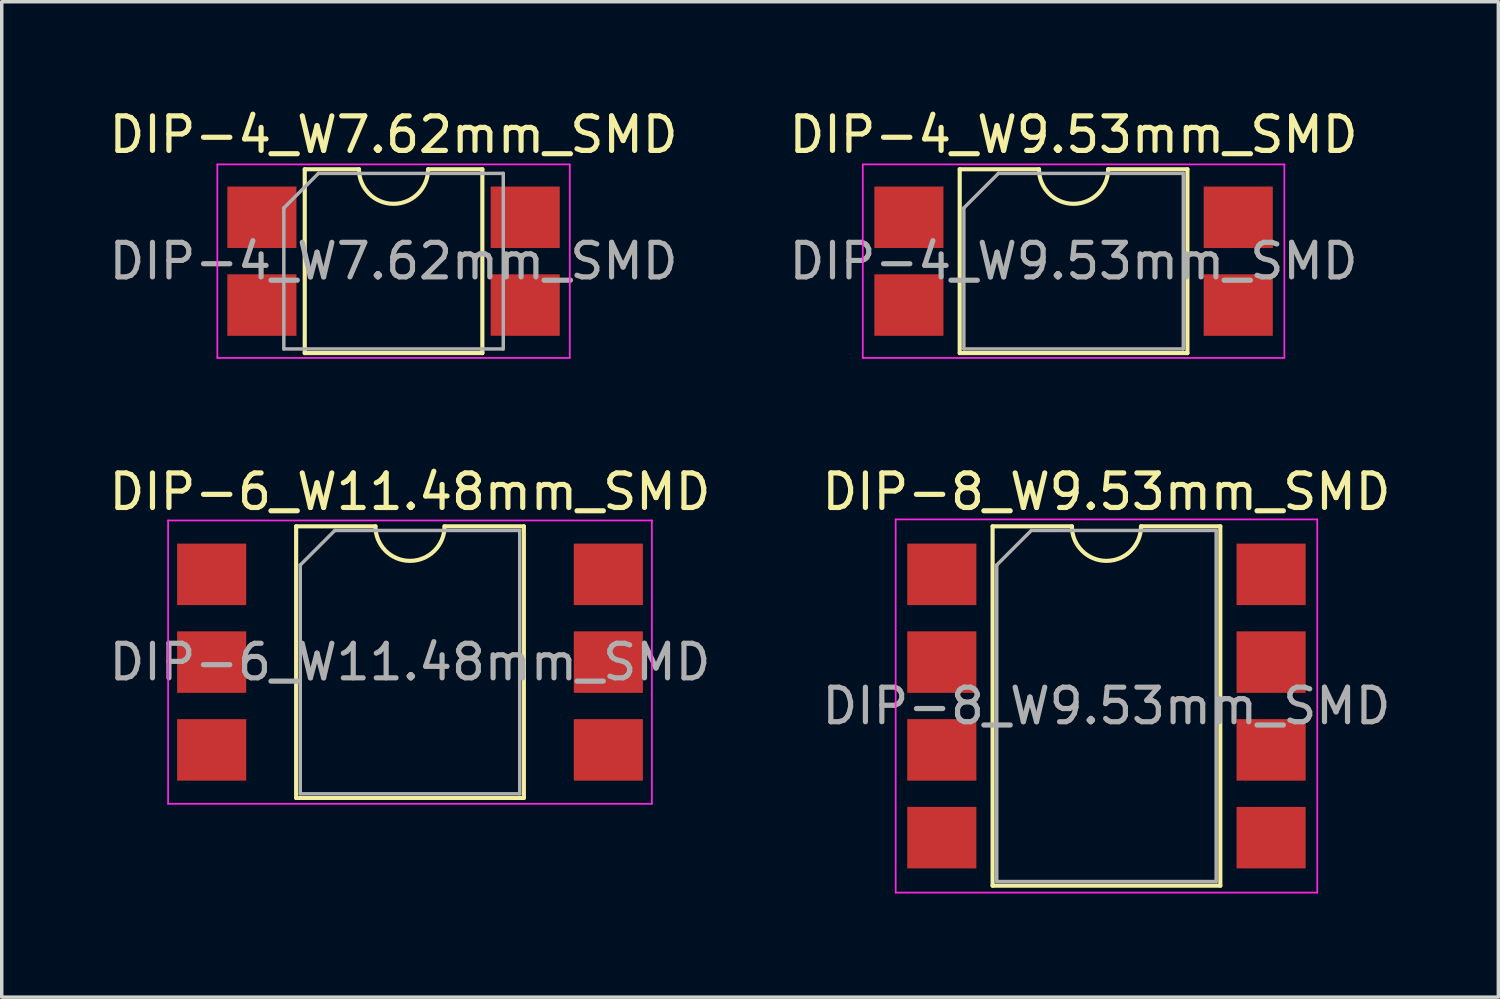
<source format=kicad_pcb>
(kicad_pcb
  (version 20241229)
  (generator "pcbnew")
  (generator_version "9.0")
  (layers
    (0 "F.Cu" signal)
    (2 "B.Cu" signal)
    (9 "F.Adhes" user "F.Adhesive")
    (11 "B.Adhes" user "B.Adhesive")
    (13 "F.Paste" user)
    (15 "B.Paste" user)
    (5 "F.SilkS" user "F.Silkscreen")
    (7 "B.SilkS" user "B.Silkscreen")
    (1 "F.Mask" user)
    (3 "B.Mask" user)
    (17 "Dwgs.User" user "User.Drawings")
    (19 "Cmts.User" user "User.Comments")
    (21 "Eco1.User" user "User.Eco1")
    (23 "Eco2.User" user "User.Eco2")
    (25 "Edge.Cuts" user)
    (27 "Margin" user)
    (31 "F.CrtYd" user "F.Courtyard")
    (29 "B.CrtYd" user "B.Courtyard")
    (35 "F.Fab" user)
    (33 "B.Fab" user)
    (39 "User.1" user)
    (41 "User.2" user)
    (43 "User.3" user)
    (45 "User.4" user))
  (footprint "DIP-8_W9.53mm_SMD"
    (layer "F.Cu")
    (at 28.97 17.381)
    (property "Reference" "DIP-8_W9.53mm_SMD" (at 0 -6.2 0) (layer "F.SilkS") (effects (font (size 1 1) (thickness 0.15))))
    (attr smd)
    (fp_line (start -3.295 -5.2) (end -3.295 5.2) (stroke (width 0.12) (type solid)) (layer "F.SilkS"))
    (fp_line (start -3.295 5.2) (end 3.295 5.2) (stroke (width 0.12) (type solid)) (layer "F.SilkS"))
    (fp_line (start -1 -5.2) (end -3.295 -5.2) (stroke (width 0.12) (type solid)) (layer "F.SilkS"))
    (fp_line (start 3.295 -5.2) (end 1 -5.2) (stroke (width 0.12) (type solid)) (layer "F.SilkS"))
    (fp_line (start 3.295 5.2) (end 3.295 -5.2) (stroke (width 0.12) (type solid)) (layer "F.SilkS"))
    (fp_arc (start 1 -5.2) (mid 0 -4.2) (end -1 -5.2) (stroke (width 0.12) (type solid)) (layer "F.SilkS"))
    (fp_line (start -6.1 -5.4) (end -6.1 5.4) (stroke (width 0.05) (type solid)) (layer "F.CrtYd"))
    (fp_line (start -6.1 5.4) (end 6.1 5.4) (stroke (width 0.05) (type solid)) (layer "F.CrtYd"))
    (fp_line (start 6.1 -5.4) (end -6.1 -5.4) (stroke (width 0.05) (type solid)) (layer "F.CrtYd"))
    (fp_line (start 6.1 5.4) (end 6.1 -5.4) (stroke (width 0.05) (type solid)) (layer "F.CrtYd"))
    (fp_line (start -3.175 -4.08) (end -2.175 -5.08) (stroke (width 0.1) (type solid)) (layer "F.Fab"))
    (fp_line (start -3.175 5.08) (end -3.175 -4.08) (stroke (width 0.1) (type solid)) (layer "F.Fab"))
    (fp_line (start -2.175 -5.08) (end 3.175 -5.08) (stroke (width 0.1) (type solid)) (layer "F.Fab"))
    (fp_line (start 3.175 -5.08) (end 3.175 5.08) (stroke (width 0.1) (type solid)) (layer "F.Fab"))
    (fp_line (start 3.175 5.08) (end -3.175 5.08) (stroke (width 0.1) (type solid)) (layer "F.Fab"))
    (fp_text user "${REFERENCE}" (at 0 0 0) (layer "F.Fab") (effects (font (size 1 1) (thickness 0.15))))
    (pad "1" smd rect (at -4.765 -3.81) (size 2 1.78) (layers "F.Cu" "F.Mask" "F.Paste"))
    (pad "2" smd rect (at -4.765 -1.27) (size 2 1.78) (layers "F.Cu" "F.Mask" "F.Paste"))
    (pad "3" smd rect (at -4.765 1.27) (size 2 1.78) (layers "F.Cu" "F.Mask" "F.Paste"))
    (pad "4" smd rect (at -4.765 3.81) (size 2 1.78) (layers "F.Cu" "F.Mask" "F.Paste"))
    (pad "5" smd rect (at 4.765 3.81) (size 2 1.78) (layers "F.Cu" "F.Mask" "F.Paste"))
    (pad "6" smd rect (at 4.765 1.27) (size 2 1.78) (layers "F.Cu" "F.Mask" "F.Paste"))
    (pad "7" smd rect (at 4.765 -1.27) (size 2 1.78) (layers "F.Cu" "F.Mask" "F.Paste"))
    (pad "8" smd rect (at 4.765 -3.81) (size 2 1.78) (layers "F.Cu" "F.Mask" "F.Paste")))
  (footprint "DIP-4_W7.62mm_SMD"
    (layer "F.Cu")
    (at 8.339 4.508)
    (property "Reference" "DIP-4_W7.62mm_SMD" (at 0 -3.66 0) (layer "F.SilkS") (effects (font (size 1 1) (thickness 0.15))))
    (attr smd)
    (fp_line (start -2.57 -2.66) (end -2.57 2.66) (stroke (width 0.12) (type solid)) (layer "F.SilkS"))
    (fp_line (start -2.57 2.66) (end 2.57 2.66) (stroke (width 0.12) (type solid)) (layer "F.SilkS"))
    (fp_line (start -1 -2.66) (end -2.57 -2.66) (stroke (width 0.12) (type solid)) (layer "F.SilkS"))
    (fp_line (start 2.57 -2.66) (end 1 -2.66) (stroke (width 0.12) (type solid)) (layer "F.SilkS"))
    (fp_line (start 2.57 2.66) (end 2.57 -2.66) (stroke (width 0.12) (type solid)) (layer "F.SilkS"))
    (fp_arc (start 1 -2.66) (mid 0 -1.66) (end -1 -2.66) (stroke (width 0.12) (type solid)) (layer "F.SilkS"))
    (fp_line (start -5.1 -2.8) (end -5.1 2.8) (stroke (width 0.05) (type solid)) (layer "F.CrtYd"))
    (fp_line (start -5.1 2.8) (end 5.1 2.8) (stroke (width 0.05) (type solid)) (layer "F.CrtYd"))
    (fp_line (start 5.1 -2.8) (end -5.1 -2.8) (stroke (width 0.05) (type solid)) (layer "F.CrtYd"))
    (fp_line (start 5.1 2.8) (end 5.1 -2.8) (stroke (width 0.05) (type solid)) (layer "F.CrtYd"))
    (fp_line (start -3.175 -1.54) (end -2.175 -2.54) (stroke (width 0.1) (type solid)) (layer "F.Fab"))
    (fp_line (start -3.175 2.54) (end -3.175 -1.54) (stroke (width 0.1) (type solid)) (layer "F.Fab"))
    (fp_line (start -2.175 -2.54) (end 3.175 -2.54) (stroke (width 0.1) (type solid)) (layer "F.Fab"))
    (fp_line (start 3.175 -2.54) (end 3.175 2.54) (stroke (width 0.1) (type solid)) (layer "F.Fab"))
    (fp_line (start 3.175 2.54) (end -3.175 2.54) (stroke (width 0.1) (type solid)) (layer "F.Fab"))
    (fp_text user "${REFERENCE}" (at 0 0 0) (layer "F.Fab") (effects (font (size 1 1) (thickness 0.15))))
    (pad "1" smd rect (at -3.81 -1.27) (size 2 1.78) (layers "F.Cu" "F.Mask" "F.Paste"))
    (pad "2" smd rect (at -3.81 1.27) (size 2 1.78) (layers "F.Cu" "F.Mask" "F.Paste"))
    (pad "3" smd rect (at 3.81 1.27) (size 2 1.78) (layers "F.Cu" "F.Mask" "F.Paste"))
    (pad "4" smd rect (at 3.81 -1.27) (size 2 1.78) (layers "F.Cu" "F.Mask" "F.Paste")))
  (footprint "DIP-4_W9.53mm_SMD"
    (layer "F.Cu")
    (at 28.018 4.508)
    (property "Reference" "DIP-4_W9.53mm_SMD" (at 0 -3.66 0) (layer "F.SilkS") (effects (font (size 1 1) (thickness 0.15))))
    (attr smd)
    (fp_line (start -3.295 -2.66) (end -3.295 2.66) (stroke (width 0.12) (type solid)) (layer "F.SilkS"))
    (fp_line (start -3.295 2.66) (end 3.295 2.66) (stroke (width 0.12) (type solid)) (layer "F.SilkS"))
    (fp_line (start -1 -2.66) (end -3.295 -2.66) (stroke (width 0.12) (type solid)) (layer "F.SilkS"))
    (fp_line (start 3.295 -2.66) (end 1 -2.66) (stroke (width 0.12) (type solid)) (layer "F.SilkS"))
    (fp_line (start 3.295 2.66) (end 3.295 -2.66) (stroke (width 0.12) (type solid)) (layer "F.SilkS"))
    (fp_arc (start 1 -2.66) (mid 0 -1.66) (end -1 -2.66) (stroke (width 0.12) (type solid)) (layer "F.SilkS"))
    (fp_line (start -6.1 -2.8) (end -6.1 2.8) (stroke (width 0.05) (type solid)) (layer "F.CrtYd"))
    (fp_line (start -6.1 2.8) (end 6.1 2.8) (stroke (width 0.05) (type solid)) (layer "F.CrtYd"))
    (fp_line (start 6.1 -2.8) (end -6.1 -2.8) (stroke (width 0.05) (type solid)) (layer "F.CrtYd"))
    (fp_line (start 6.1 2.8) (end 6.1 -2.8) (stroke (width 0.05) (type solid)) (layer "F.CrtYd"))
    (fp_line (start -3.175 -1.54) (end -2.175 -2.54) (stroke (width 0.1) (type solid)) (layer "F.Fab"))
    (fp_line (start -3.175 2.54) (end -3.175 -1.54) (stroke (width 0.1) (type solid)) (layer "F.Fab"))
    (fp_line (start -2.175 -2.54) (end 3.175 -2.54) (stroke (width 0.1) (type solid)) (layer "F.Fab"))
    (fp_line (start 3.175 -2.54) (end 3.175 2.54) (stroke (width 0.1) (type solid)) (layer "F.Fab"))
    (fp_line (start 3.175 2.54) (end -3.175 2.54) (stroke (width 0.1) (type solid)) (layer "F.Fab"))
    (fp_text user "${REFERENCE}" (at 0 0 0) (layer "F.Fab") (effects (font (size 1 1) (thickness 0.15))))
    (pad "1" smd rect (at -4.765 -1.27) (size 2 1.78) (layers "F.Cu" "F.Mask" "F.Paste"))
    (pad "2" smd rect (at -4.765 1.27) (size 2 1.78) (layers "F.Cu" "F.Mask" "F.Paste"))
    (pad "3" smd rect (at 4.765 1.27) (size 2 1.78) (layers "F.Cu" "F.Mask" "F.Paste"))
    (pad "4" smd rect (at 4.765 -1.27) (size 2 1.78) (layers "F.Cu" "F.Mask" "F.Paste")))
  (footprint "DIP-6_W11.48mm_SMD"
    (layer "F.Cu")
    (at 8.815 16.111)
    (property "Reference" "DIP-6_W11.48mm_SMD" (at 0 -4.93 0) (layer "F.SilkS") (effects (font (size 1 1) (thickness 0.15))))
    (attr smd)
    (fp_line (start -3.295 -3.93) (end -3.295 3.93) (stroke (width 0.12) (type solid)) (layer "F.SilkS"))
    (fp_line (start -3.295 3.93) (end 3.295 3.93) (stroke (width 0.12) (type solid)) (layer "F.SilkS"))
    (fp_line (start -1 -3.93) (end -3.295 -3.93) (stroke (width 0.12) (type solid)) (layer "F.SilkS"))
    (fp_line (start 3.295 -3.93) (end 1 -3.93) (stroke (width 0.12) (type solid)) (layer "F.SilkS"))
    (fp_line (start 3.295 3.93) (end 3.295 -3.93) (stroke (width 0.12) (type solid)) (layer "F.SilkS"))
    (fp_arc (start 1 -3.93) (mid 0 -2.93) (end -1 -3.93) (stroke (width 0.12) (type solid)) (layer "F.SilkS"))
    (fp_line (start -7 -4.1) (end -7 4.1) (stroke (width 0.05) (type solid)) (layer "F.CrtYd"))
    (fp_line (start -7 4.1) (end 7 4.1) (stroke (width 0.05) (type solid)) (layer "F.CrtYd"))
    (fp_line (start 7 -4.1) (end -7 -4.1) (stroke (width 0.05) (type solid)) (layer "F.CrtYd"))
    (fp_line (start 7 4.1) (end 7 -4.1) (stroke (width 0.05) (type solid)) (layer "F.CrtYd"))
    (fp_line (start -3.175 -2.81) (end -2.175 -3.81) (stroke (width 0.1) (type solid)) (layer "F.Fab"))
    (fp_line (start -3.175 3.81) (end -3.175 -2.81) (stroke (width 0.1) (type solid)) (layer "F.Fab"))
    (fp_line (start -2.175 -3.81) (end 3.175 -3.81) (stroke (width 0.1) (type solid)) (layer "F.Fab"))
    (fp_line (start 3.175 -3.81) (end 3.175 3.81) (stroke (width 0.1) (type solid)) (layer "F.Fab"))
    (fp_line (start 3.175 3.81) (end -3.175 3.81) (stroke (width 0.1) (type solid)) (layer "F.Fab"))
    (fp_text user "${REFERENCE}" (at 0 0 0) (layer "F.Fab") (effects (font (size 1 1) (thickness 0.15))))
    (pad "1" smd rect (at -5.74 -2.54) (size 2 1.78) (layers "F.Cu" "F.Mask" "F.Paste"))
    (pad "2" smd rect (at -5.74 0) (size 2 1.78) (layers "F.Cu" "F.Mask" "F.Paste"))
    (pad "3" smd rect (at -5.74 2.54) (size 2 1.78) (layers "F.Cu" "F.Mask" "F.Paste"))
    (pad "4" smd rect (at 5.74 2.54) (size 2 1.78) (layers "F.Cu" "F.Mask" "F.Paste"))
    (pad "5" smd rect (at 5.74 0) (size 2 1.78) (layers "F.Cu" "F.Mask" "F.Paste"))
    (pad "6" smd rect (at 5.74 -2.54) (size 2 1.78) (layers "F.Cu" "F.Mask" "F.Paste")))
  (gr_rect
    (start -3 -3)
    (end 40.31 25.806)
    (stroke (width 0.1) (type default))
    (fill no)
    (layer "Edge.Cuts")))
</source>
